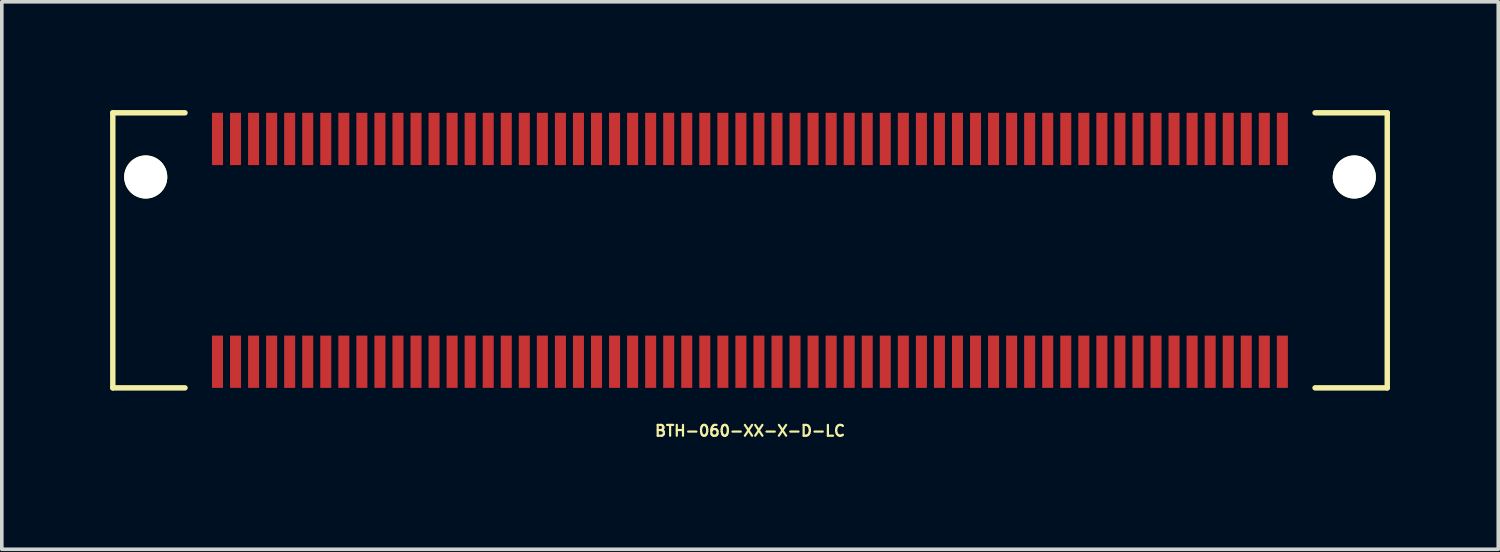
<source format=kicad_pcb>
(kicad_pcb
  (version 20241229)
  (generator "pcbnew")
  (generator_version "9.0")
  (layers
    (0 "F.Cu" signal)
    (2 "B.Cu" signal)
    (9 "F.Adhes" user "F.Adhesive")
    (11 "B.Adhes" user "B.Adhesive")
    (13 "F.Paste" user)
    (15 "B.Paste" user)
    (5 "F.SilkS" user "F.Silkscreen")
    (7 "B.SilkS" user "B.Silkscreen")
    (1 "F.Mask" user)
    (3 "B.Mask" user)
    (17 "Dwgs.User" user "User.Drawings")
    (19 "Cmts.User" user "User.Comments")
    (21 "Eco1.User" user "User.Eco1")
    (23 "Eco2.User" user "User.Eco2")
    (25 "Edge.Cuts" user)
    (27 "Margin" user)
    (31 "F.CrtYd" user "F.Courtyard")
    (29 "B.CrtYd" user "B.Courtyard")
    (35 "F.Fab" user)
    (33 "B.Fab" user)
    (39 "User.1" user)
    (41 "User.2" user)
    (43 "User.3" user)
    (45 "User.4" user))
  (footprint "BTH-060-XX-X-D-LC"
    (layer "F.Cu")
    (at 17.728 3.885)
    (property "Reference" "BTH-060-XX-X-D-LC" (at 0 5 0) (layer "F.SilkS") (effects (font (size 0.3 0.3) (thickness 0.061))))
    (attr smd)
    (fp_line (start -17.653 -3.81) (end -17.653 3.81) (stroke (width 0.15) (type solid)) (layer "F.SilkS"))
    (fp_line (start -17.653 3.81) (end -15.653 3.81) (stroke (width 0.15) (type solid)) (layer "F.SilkS"))
    (fp_line (start -15.653 -3.81) (end -17.653 -3.81) (stroke (width 0.15) (type solid)) (layer "F.SilkS"))
    (fp_line (start 15.653 -3.81) (end 17.653 -3.81) (stroke (width 0.15) (type solid)) (layer "F.SilkS"))
    (fp_line (start 17.653 -3.81) (end 17.653 3.81) (stroke (width 0.15) (type solid)) (layer "F.SilkS"))
    (fp_line (start 17.653 3.81) (end 15.653 3.81) (stroke (width 0.15) (type solid)) (layer "F.SilkS"))
    (pad "" np_thru_hole circle (at -16.741 -2.032) (size 1.194 1.194) (drill 1.194) (layers "*.Cu" "*.Mask" "F.SilkS"))
    (pad "" np_thru_hole circle (at 16.74 -2.032) (size 1.194 1.194) (drill 1.194) (layers "*.Cu" "*.Mask" "F.SilkS"))
    (pad "1" smd rect (at -14.753 -3.086) (size 0.305 1.448) (layers "F.Cu" "F.Mask" "F.Paste"))
    (pad "2" smd rect (at -14.753 3.086) (size 0.305 1.448) (layers "F.Cu" "F.Mask" "F.Paste"))
    (pad "3" smd rect (at -14.253 -3.086) (size 0.305 1.448) (layers "F.Cu" "F.Mask" "F.Paste"))
    (pad "4" smd rect (at -14.253 3.086) (size 0.305 1.448) (layers "F.Cu" "F.Mask" "F.Paste"))
    (pad "5" smd rect (at -13.753 -3.086) (size 0.305 1.448) (layers "F.Cu" "F.Mask" "F.Paste"))
    (pad "6" smd rect (at -13.753 3.086) (size 0.305 1.448) (layers "F.Cu" "F.Mask" "F.Paste"))
    (pad "7" smd rect (at -13.253 -3.086) (size 0.305 1.448) (layers "F.Cu" "F.Mask" "F.Paste"))
    (pad "8" smd rect (at -13.253 3.086) (size 0.305 1.448) (layers "F.Cu" "F.Mask" "F.Paste"))
    (pad "9" smd rect (at -12.753 -3.086) (size 0.305 1.448) (layers "F.Cu" "F.Mask" "F.Paste"))
    (pad "10" smd rect (at -12.753 3.086) (size 0.305 1.448) (layers "F.Cu" "F.Mask" "F.Paste"))
    (pad "11" smd rect (at -12.253 -3.086) (size 0.305 1.448) (layers "F.Cu" "F.Mask" "F.Paste"))
    (pad "12" smd rect (at -12.253 3.086) (size 0.305 1.448) (layers "F.Cu" "F.Mask" "F.Paste"))
    (pad "13" smd rect (at -11.753 -3.086) (size 0.305 1.448) (layers "F.Cu" "F.Mask" "F.Paste"))
    (pad "14" smd rect (at -11.753 3.086) (size 0.305 1.448) (layers "F.Cu" "F.Mask" "F.Paste"))
    (pad "15" smd rect (at -11.253 -3.086) (size 0.305 1.448) (layers "F.Cu" "F.Mask" "F.Paste"))
    (pad "16" smd rect (at -11.253 3.086) (size 0.305 1.448) (layers "F.Cu" "F.Mask" "F.Paste"))
    (pad "17" smd rect (at -10.753 -3.086) (size 0.305 1.448) (layers "F.Cu" "F.Mask" "F.Paste"))
    (pad "18" smd rect (at -10.753 3.086) (size 0.305 1.448) (layers "F.Cu" "F.Mask" "F.Paste"))
    (pad "19" smd rect (at -10.253 -3.086) (size 0.305 1.448) (layers "F.Cu" "F.Mask" "F.Paste"))
    (pad "20" smd rect (at -10.253 3.086) (size 0.305 1.448) (layers "F.Cu" "F.Mask" "F.Paste"))
    (pad "21" smd rect (at -9.753 -3.086) (size 0.305 1.448) (layers "F.Cu" "F.Mask" "F.Paste"))
    (pad "22" smd rect (at -9.753 3.086) (size 0.305 1.448) (layers "F.Cu" "F.Mask" "F.Paste"))
    (pad "23" smd rect (at -9.253 -3.086) (size 0.305 1.448) (layers "F.Cu" "F.Mask" "F.Paste"))
    (pad "24" smd rect (at -9.253 3.086) (size 0.305 1.448) (layers "F.Cu" "F.Mask" "F.Paste"))
    (pad "25" smd rect (at -8.753 -3.086) (size 0.305 1.448) (layers "F.Cu" "F.Mask" "F.Paste"))
    (pad "26" smd rect (at -8.753 3.086) (size 0.305 1.448) (layers "F.Cu" "F.Mask" "F.Paste"))
    (pad "27" smd rect (at -8.253 -3.086) (size 0.305 1.448) (layers "F.Cu" "F.Mask" "F.Paste"))
    (pad "28" smd rect (at -8.253 3.086) (size 0.305 1.448) (layers "F.Cu" "F.Mask" "F.Paste"))
    (pad "29" smd rect (at -7.753 -3.086) (size 0.305 1.448) (layers "F.Cu" "F.Mask" "F.Paste"))
    (pad "30" smd rect (at -7.753 3.086) (size 0.305 1.448) (layers "F.Cu" "F.Mask" "F.Paste"))
    (pad "31" smd rect (at -7.253 -3.086) (size 0.305 1.448) (layers "F.Cu" "F.Mask" "F.Paste"))
    (pad "32" smd rect (at -7.253 3.086) (size 0.305 1.448) (layers "F.Cu" "F.Mask" "F.Paste"))
    (pad "33" smd rect (at -6.753 -3.086) (size 0.305 1.448) (layers "F.Cu" "F.Mask" "F.Paste"))
    (pad "34" smd rect (at -6.753 3.086) (size 0.305 1.448) (layers "F.Cu" "F.Mask" "F.Paste"))
    (pad "35" smd rect (at -6.253 -3.086) (size 0.305 1.448) (layers "F.Cu" "F.Mask" "F.Paste"))
    (pad "36" smd rect (at -6.253 3.086) (size 0.305 1.448) (layers "F.Cu" "F.Mask" "F.Paste"))
    (pad "37" smd rect (at -5.753 -3.086) (size 0.305 1.448) (layers "F.Cu" "F.Mask" "F.Paste"))
    (pad "38" smd rect (at -5.753 3.086) (size 0.305 1.448) (layers "F.Cu" "F.Mask" "F.Paste"))
    (pad "39" smd rect (at -5.253 -3.086) (size 0.305 1.448) (layers "F.Cu" "F.Mask" "F.Paste"))
    (pad "40" smd rect (at -5.253 3.086) (size 0.305 1.448) (layers "F.Cu" "F.Mask" "F.Paste"))
    (pad "41" smd rect (at -4.753 -3.086) (size 0.305 1.448) (layers "F.Cu" "F.Mask" "F.Paste"))
    (pad "42" smd rect (at -4.753 3.086) (size 0.305 1.448) (layers "F.Cu" "F.Mask" "F.Paste"))
    (pad "43" smd rect (at -4.253 -3.086) (size 0.305 1.448) (layers "F.Cu" "F.Mask" "F.Paste"))
    (pad "44" smd rect (at -4.253 3.086) (size 0.305 1.448) (layers "F.Cu" "F.Mask" "F.Paste"))
    (pad "45" smd rect (at -3.753 -3.086) (size 0.305 1.448) (layers "F.Cu" "F.Mask" "F.Paste"))
    (pad "46" smd rect (at -3.753 3.086) (size 0.305 1.448) (layers "F.Cu" "F.Mask" "F.Paste"))
    (pad "47" smd rect (at -3.253 -3.086) (size 0.305 1.448) (layers "F.Cu" "F.Mask" "F.Paste"))
    (pad "48" smd rect (at -3.253 3.086) (size 0.305 1.448) (layers "F.Cu" "F.Mask" "F.Paste"))
    (pad "49" smd rect (at -2.753 -3.086) (size 0.305 1.448) (layers "F.Cu" "F.Mask" "F.Paste"))
    (pad "50" smd rect (at -2.753 3.086) (size 0.305 1.448) (layers "F.Cu" "F.Mask" "F.Paste"))
    (pad "51" smd rect (at -2.253 -3.086) (size 0.305 1.448) (layers "F.Cu" "F.Mask" "F.Paste"))
    (pad "52" smd rect (at -2.253 3.086) (size 0.305 1.448) (layers "F.Cu" "F.Mask" "F.Paste"))
    (pad "53" smd rect (at -1.753 -3.086) (size 0.305 1.448) (layers "F.Cu" "F.Mask" "F.Paste"))
    (pad "54" smd rect (at -1.753 3.086) (size 0.305 1.448) (layers "F.Cu" "F.Mask" "F.Paste"))
    (pad "55" smd rect (at -1.253 -3.086) (size 0.305 1.448) (layers "F.Cu" "F.Mask" "F.Paste"))
    (pad "56" smd rect (at -1.253 3.086) (size 0.305 1.448) (layers "F.Cu" "F.Mask" "F.Paste"))
    (pad "57" smd rect (at -0.753 -3.086) (size 0.305 1.448) (layers "F.Cu" "F.Mask" "F.Paste"))
    (pad "58" smd rect (at -0.753 3.086) (size 0.305 1.448) (layers "F.Cu" "F.Mask" "F.Paste"))
    (pad "59" smd rect (at -0.253 -3.086) (size 0.305 1.448) (layers "F.Cu" "F.Mask" "F.Paste"))
    (pad "60" smd rect (at -0.253 3.086) (size 0.305 1.448) (layers "F.Cu" "F.Mask" "F.Paste"))
    (pad "61" smd rect (at 0.247 -3.086) (size 0.305 1.448) (layers "F.Cu" "F.Mask" "F.Paste"))
    (pad "62" smd rect (at 0.247 3.086) (size 0.305 1.448) (layers "F.Cu" "F.Mask" "F.Paste"))
    (pad "63" smd rect (at 0.747 -3.086) (size 0.305 1.448) (layers "F.Cu" "F.Mask" "F.Paste"))
    (pad "64" smd rect (at 0.747 3.086) (size 0.305 1.448) (layers "F.Cu" "F.Mask" "F.Paste"))
    (pad "65" smd rect (at 1.247 -3.086) (size 0.305 1.448) (layers "F.Cu" "F.Mask" "F.Paste"))
    (pad "66" smd rect (at 1.247 3.086) (size 0.305 1.448) (layers "F.Cu" "F.Mask" "F.Paste"))
    (pad "67" smd rect (at 1.747 -3.086) (size 0.305 1.448) (layers "F.Cu" "F.Mask" "F.Paste"))
    (pad "68" smd rect (at 1.747 3.086) (size 0.305 1.448) (layers "F.Cu" "F.Mask" "F.Paste"))
    (pad "69" smd rect (at 2.247 -3.086) (size 0.305 1.448) (layers "F.Cu" "F.Mask" "F.Paste"))
    (pad "70" smd rect (at 2.247 3.086) (size 0.305 1.448) (layers "F.Cu" "F.Mask" "F.Paste"))
    (pad "71" smd rect (at 2.747 -3.086) (size 0.305 1.448) (layers "F.Cu" "F.Mask" "F.Paste"))
    (pad "72" smd rect (at 2.747 3.086) (size 0.305 1.448) (layers "F.Cu" "F.Mask" "F.Paste"))
    (pad "73" smd rect (at 3.247 -3.086) (size 0.305 1.448) (layers "F.Cu" "F.Mask" "F.Paste"))
    (pad "74" smd rect (at 3.247 3.086) (size 0.305 1.448) (layers "F.Cu" "F.Mask" "F.Paste"))
    (pad "75" smd rect (at 3.747 -3.086) (size 0.305 1.448) (layers "F.Cu" "F.Mask" "F.Paste"))
    (pad "76" smd rect (at 3.747 3.086) (size 0.305 1.448) (layers "F.Cu" "F.Mask" "F.Paste"))
    (pad "77" smd rect (at 4.247 -3.086) (size 0.305 1.448) (layers "F.Cu" "F.Mask" "F.Paste"))
    (pad "78" smd rect (at 4.247 3.086) (size 0.305 1.448) (layers "F.Cu" "F.Mask" "F.Paste"))
    (pad "79" smd rect (at 4.747 -3.086) (size 0.305 1.448) (layers "F.Cu" "F.Mask" "F.Paste"))
    (pad "80" smd rect (at 4.747 3.086) (size 0.305 1.448) (layers "F.Cu" "F.Mask" "F.Paste"))
    (pad "81" smd rect (at 5.247 -3.086) (size 0.305 1.448) (layers "F.Cu" "F.Mask" "F.Paste"))
    (pad "82" smd rect (at 5.247 3.086) (size 0.305 1.448) (layers "F.Cu" "F.Mask" "F.Paste"))
    (pad "83" smd rect (at 5.747 -3.086) (size 0.305 1.448) (layers "F.Cu" "F.Mask" "F.Paste"))
    (pad "84" smd rect (at 5.747 3.086) (size 0.305 1.448) (layers "F.Cu" "F.Mask" "F.Paste"))
    (pad "85" smd rect (at 6.247 -3.086) (size 0.305 1.448) (layers "F.Cu" "F.Mask" "F.Paste"))
    (pad "86" smd rect (at 6.247 3.086) (size 0.305 1.448) (layers "F.Cu" "F.Mask" "F.Paste"))
    (pad "87" smd rect (at 6.747 -3.086) (size 0.305 1.448) (layers "F.Cu" "F.Mask" "F.Paste"))
    (pad "88" smd rect (at 6.747 3.086) (size 0.305 1.448) (layers "F.Cu" "F.Mask" "F.Paste"))
    (pad "89" smd rect (at 7.247 -3.086) (size 0.305 1.448) (layers "F.Cu" "F.Mask" "F.Paste"))
    (pad "90" smd rect (at 7.247 3.086) (size 0.305 1.448) (layers "F.Cu" "F.Mask" "F.Paste"))
    (pad "91" smd rect (at 7.747 -3.086) (size 0.305 1.448) (layers "F.Cu" "F.Mask" "F.Paste"))
    (pad "92" smd rect (at 7.747 3.086) (size 0.305 1.448) (layers "F.Cu" "F.Mask" "F.Paste"))
    (pad "93" smd rect (at 8.247 -3.086) (size 0.305 1.448) (layers "F.Cu" "F.Mask" "F.Paste"))
    (pad "94" smd rect (at 8.247 3.086) (size 0.305 1.448) (layers "F.Cu" "F.Mask" "F.Paste"))
    (pad "95" smd rect (at 8.747 -3.086) (size 0.305 1.448) (layers "F.Cu" "F.Mask" "F.Paste"))
    (pad "96" smd rect (at 8.747 3.086) (size 0.305 1.448) (layers "F.Cu" "F.Mask" "F.Paste"))
    (pad "97" smd rect (at 9.247 -3.086) (size 0.305 1.448) (layers "F.Cu" "F.Mask" "F.Paste"))
    (pad "98" smd rect (at 9.247 3.086) (size 0.305 1.448) (layers "F.Cu" "F.Mask" "F.Paste"))
    (pad "99" smd rect (at 9.747 -3.086) (size 0.305 1.448) (layers "F.Cu" "F.Mask" "F.Paste"))
    (pad "100" smd rect (at 9.747 3.086) (size 0.305 1.448) (layers "F.Cu" "F.Mask" "F.Paste"))
    (pad "101" smd rect (at 10.247 -3.086) (size 0.305 1.448) (layers "F.Cu" "F.Mask" "F.Paste"))
    (pad "102" smd rect (at 10.247 3.086) (size 0.305 1.448) (layers "F.Cu" "F.Mask" "F.Paste"))
    (pad "103" smd rect (at 10.747 -3.086) (size 0.305 1.448) (layers "F.Cu" "F.Mask" "F.Paste"))
    (pad "104" smd rect (at 10.747 3.086) (size 0.305 1.448) (layers "F.Cu" "F.Mask" "F.Paste"))
    (pad "105" smd rect (at 11.247 -3.086) (size 0.305 1.448) (layers "F.Cu" "F.Mask" "F.Paste"))
    (pad "106" smd rect (at 11.247 3.086) (size 0.305 1.448) (layers "F.Cu" "F.Mask" "F.Paste"))
    (pad "107" smd rect (at 11.747 -3.086) (size 0.305 1.448) (layers "F.Cu" "F.Mask" "F.Paste"))
    (pad "108" smd rect (at 11.747 3.086) (size 0.305 1.448) (layers "F.Cu" "F.Mask" "F.Paste"))
    (pad "109" smd rect (at 12.247 -3.086) (size 0.305 1.448) (layers "F.Cu" "F.Mask" "F.Paste"))
    (pad "110" smd rect (at 12.247 3.086) (size 0.305 1.448) (layers "F.Cu" "F.Mask" "F.Paste"))
    (pad "111" smd rect (at 12.747 -3.086) (size 0.305 1.448) (layers "F.Cu" "F.Mask" "F.Paste"))
    (pad "112" smd rect (at 12.747 3.086) (size 0.305 1.448) (layers "F.Cu" "F.Mask" "F.Paste"))
    (pad "113" smd rect (at 13.247 -3.086) (size 0.305 1.448) (layers "F.Cu" "F.Mask" "F.Paste"))
    (pad "114" smd rect (at 13.247 3.086) (size 0.305 1.448) (layers "F.Cu" "F.Mask" "F.Paste"))
    (pad "115" smd rect (at 13.747 -3.086) (size 0.305 1.448) (layers "F.Cu" "F.Mask" "F.Paste"))
    (pad "116" smd rect (at 13.747 3.086) (size 0.305 1.448) (layers "F.Cu" "F.Mask" "F.Paste"))
    (pad "117" smd rect (at 14.247 -3.086) (size 0.305 1.448) (layers "F.Cu" "F.Mask" "F.Paste"))
    (pad "118" smd rect (at 14.247 3.086) (size 0.305 1.448) (layers "F.Cu" "F.Mask" "F.Paste"))
    (pad "119" smd rect (at 14.747 -3.086) (size 0.305 1.448) (layers "F.Cu" "F.Mask" "F.Paste"))
    (pad "120" smd rect (at 14.747 3.086) (size 0.305 1.448) (layers "F.Cu" "F.Mask" "F.Paste")))
  (gr_rect
    (start -3 -3)
    (end 38.456 12.167)
    (stroke (width 0.1) (type default))
    (fill no)
    (layer "Edge.Cuts")))
</source>
